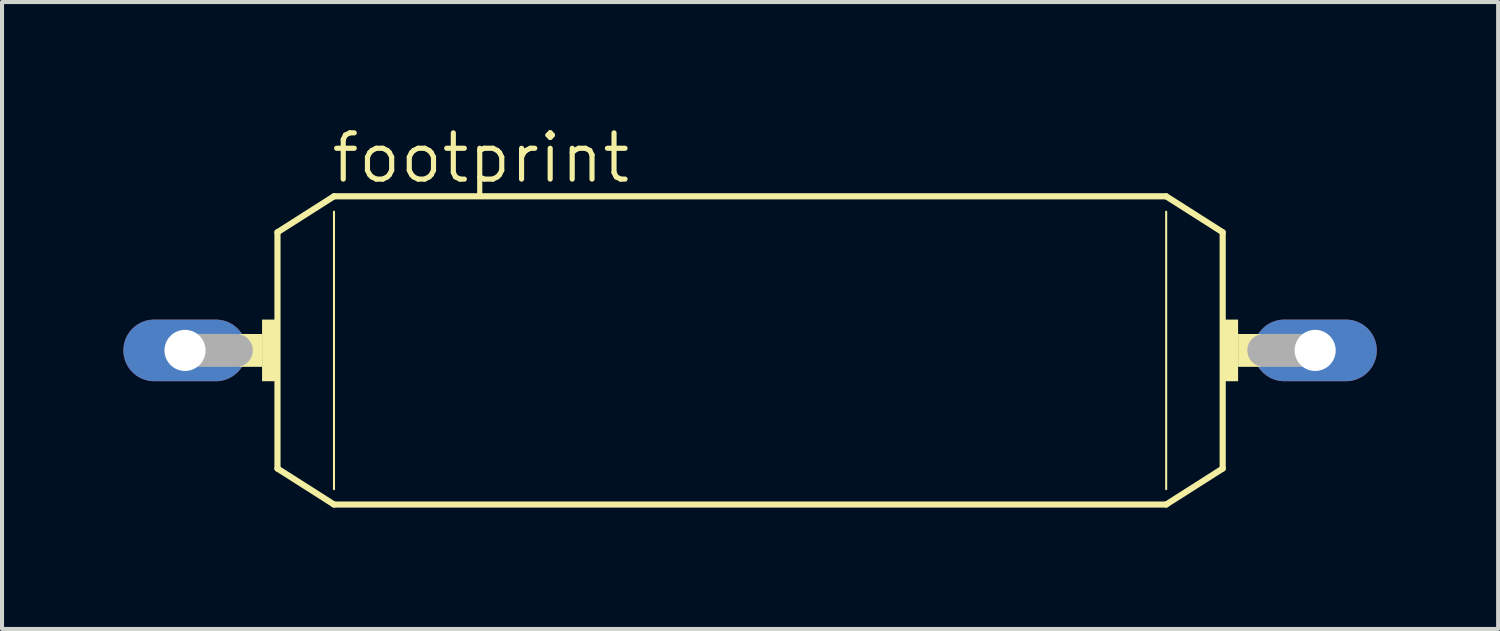
<source format=kicad_pcb>
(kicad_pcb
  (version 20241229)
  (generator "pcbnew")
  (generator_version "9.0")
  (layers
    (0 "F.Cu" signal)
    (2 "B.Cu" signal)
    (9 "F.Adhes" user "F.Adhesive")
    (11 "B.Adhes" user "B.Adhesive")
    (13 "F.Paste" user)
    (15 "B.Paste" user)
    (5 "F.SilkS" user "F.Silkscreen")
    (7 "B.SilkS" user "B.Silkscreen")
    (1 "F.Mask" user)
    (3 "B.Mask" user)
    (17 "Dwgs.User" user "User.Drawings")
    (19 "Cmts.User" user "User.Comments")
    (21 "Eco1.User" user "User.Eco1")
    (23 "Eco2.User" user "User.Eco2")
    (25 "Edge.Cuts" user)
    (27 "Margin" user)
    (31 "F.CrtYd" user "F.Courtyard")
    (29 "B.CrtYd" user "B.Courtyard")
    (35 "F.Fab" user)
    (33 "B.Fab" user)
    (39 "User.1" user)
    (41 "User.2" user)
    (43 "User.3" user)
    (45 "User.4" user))
  (footprint "footprint"
    (layer "F.Cu")
    (at 15.494 5.613)
    (property "Reference" "footprint" (at -10.414 -4.089 0) (layer "F.SilkS") (effects (font (size 1.143 1.143) (thickness 0.127)) (justify left bottom)))
    (fp_line (start -11.684 -2.921) (end -10.287 -3.81) (stroke (width 0.152) (type solid)) (layer "F.SilkS"))
    (fp_line (start -11.684 2.921) (end -11.684 -2.921) (stroke (width 0.152) (type solid)) (layer "F.SilkS"))
    (fp_line (start -11.684 2.921) (end -10.287 3.81) (stroke (width 0.152) (type solid)) (layer "F.SilkS"))
    (fp_line (start -10.287 -3.429) (end -10.287 3.429) (stroke (width 0.051) (type solid)) (layer "F.SilkS"))
    (fp_line (start 10.287 -3.81) (end -10.287 -3.81) (stroke (width 0.152) (type solid)) (layer "F.SilkS"))
    (fp_line (start 10.287 -3.429) (end 10.287 3.429) (stroke (width 0.051) (type solid)) (layer "F.SilkS"))
    (fp_line (start 10.287 3.81) (end -10.287 3.81) (stroke (width 0.152) (type solid)) (layer "F.SilkS"))
    (fp_line (start 11.684 -2.921) (end 10.287 -3.81) (stroke (width 0.152) (type solid)) (layer "F.SilkS"))
    (fp_line (start 11.684 2.921) (end 10.287 3.81) (stroke (width 0.152) (type solid)) (layer "F.SilkS"))
    (fp_line (start 11.684 2.921) (end 11.684 -2.921) (stroke (width 0.152) (type solid)) (layer "F.SilkS"))
    (fp_poly (pts (xy -12.624 0.406) (xy -12.065 0.406) (xy -12.065 -0.406) (xy -12.624 -0.406)) (stroke (width 0) (type solid)) (fill yes) (layer "F.SilkS"))
    (fp_poly (pts (xy -12.065 0.762) (xy -11.684 0.762) (xy -11.684 -0.762) (xy -12.065 -0.762)) (stroke (width 0) (type solid)) (fill yes) (layer "F.SilkS"))
    (fp_poly (pts (xy 11.684 0.762) (xy 12.065 0.762) (xy 12.065 -0.762) (xy 11.684 -0.762)) (stroke (width 0) (type solid)) (fill yes) (layer "F.SilkS"))
    (fp_poly (pts (xy 12.065 0.406) (xy 12.624 0.406) (xy 12.624 -0.406) (xy 12.065 -0.406)) (stroke (width 0) (type solid)) (fill yes) (layer "F.SilkS"))
    (fp_line (start -13.97 0) (end -12.7 0) (stroke (width 0.813) (type solid)) (layer "F.Fab"))
    (fp_line (start 13.97 0) (end 12.7 0) (stroke (width 0.813) (type solid)) (layer "F.Fab"))
    (pad "1" thru_hole oval (at -13.97 0) (size 3.048 1.524) (drill 1.016) (layers "*.Cu" "*.Mask"))
    (pad "2" thru_hole oval (at 13.97 0) (size 3.048 1.524) (drill 1.016) (layers "*.Cu" "*.Mask")))
  (gr_rect
    (start -3 -3)
    (end 33.988 12.5)
    (stroke (width 0.1) (type default))
    (fill no)
    (layer "Edge.Cuts")))
</source>
